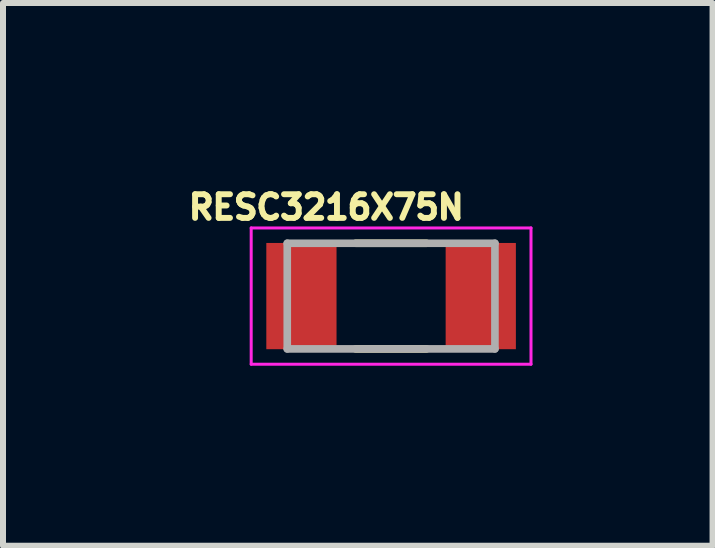
<source format=kicad_pcb>
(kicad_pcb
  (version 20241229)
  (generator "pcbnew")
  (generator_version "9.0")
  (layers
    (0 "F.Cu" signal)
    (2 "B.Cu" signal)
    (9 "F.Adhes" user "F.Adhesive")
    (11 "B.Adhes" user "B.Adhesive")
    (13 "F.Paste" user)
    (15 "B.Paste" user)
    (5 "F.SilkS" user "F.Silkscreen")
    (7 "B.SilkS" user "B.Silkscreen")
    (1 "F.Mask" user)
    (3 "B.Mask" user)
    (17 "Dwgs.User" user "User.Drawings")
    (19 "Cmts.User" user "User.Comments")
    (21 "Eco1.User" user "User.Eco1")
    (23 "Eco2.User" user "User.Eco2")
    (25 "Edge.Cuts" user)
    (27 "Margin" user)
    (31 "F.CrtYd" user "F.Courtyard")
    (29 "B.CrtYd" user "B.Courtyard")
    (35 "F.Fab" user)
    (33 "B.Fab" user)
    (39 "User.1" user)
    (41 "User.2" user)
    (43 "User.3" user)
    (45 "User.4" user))
  (footprint "RESC3216X75N"
    (layer "F.Cu")
    (at 3.466 1.883)
    (property "Reference" "RESC3216X75N" (at -1.08 -1.48 0) (layer "F.SilkS") (effects (font (size 0.394 0.394) (thickness 0.15))))
    (attr smd)
    (fp_line (start -0.59 -0.88) (end 0.59 -0.88) (stroke (width 0.127) (type solid)) (layer "F.SilkS"))
    (fp_line (start -0.59 0.88) (end 0.59 0.88) (stroke (width 0.127) (type solid)) (layer "F.SilkS"))
    (fp_line (start -2.331 -1.135) (end 2.331 -1.135) (stroke (width 0.05) (type solid)) (layer "F.CrtYd"))
    (fp_line (start -2.331 1.135) (end -2.331 -1.135) (stroke (width 0.05) (type solid)) (layer "F.CrtYd"))
    (fp_line (start -2.331 1.135) (end 2.331 1.135) (stroke (width 0.05) (type solid)) (layer "F.CrtYd"))
    (fp_line (start 2.331 1.135) (end 2.331 -1.135) (stroke (width 0.05) (type solid)) (layer "F.CrtYd"))
    (fp_line (start -1.73 0.88) (end -1.73 -0.88) (stroke (width 0.127) (type solid)) (layer "F.Fab"))
    (fp_line (start 1.73 -0.88) (end -1.73 -0.88) (stroke (width 0.127) (type solid)) (layer "F.Fab"))
    (fp_line (start 1.73 0.88) (end -1.73 0.88) (stroke (width 0.127) (type solid)) (layer "F.Fab"))
    (fp_line (start 1.73 0.88) (end 1.73 -0.88) (stroke (width 0.127) (type solid)) (layer "F.Fab"))
    (pad "1" smd rect (at -1.494 0) (size 1.17 1.77) (layers "F.Cu" "F.Mask" "F.Paste"))
    (pad "2" smd rect (at 1.494 0) (size 1.17 1.77) (layers "F.Cu" "F.Mask" "F.Paste")))
  (gr_rect
    (start -3 -3)
    (end 8.822 6.043)
    (stroke (width 0.1) (type default))
    (fill no)
    (layer "Edge.Cuts")))
</source>
